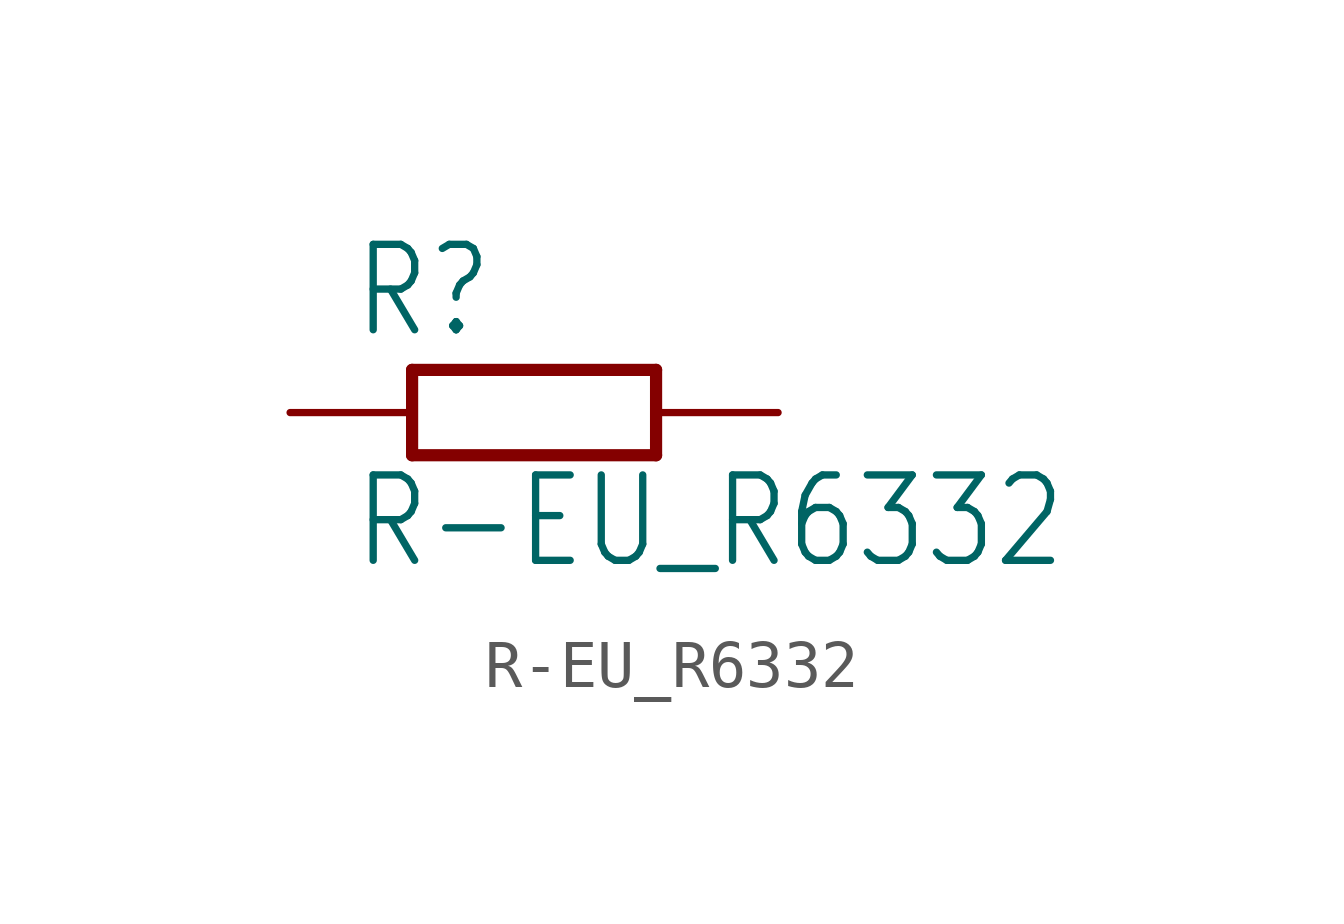
<source format=kicad_sym>
(kicad_symbol_lib
  (version 20210619)
  (generator kicad_symbol_editor)
  (symbol "R-EU_R6332"
    (property "Reference" "R"
      (at -3.81 1.499 0)
      (effects (font (size 1.778 1.511)) (justify left bottom)))
    (property "Value" "R-EU_R6332"
      (at -3.81 -3.302 0)
      (effects (font (size 1.778 1.511)) (justify left bottom)))
    (property "ki_locked" ""
      (at 0 0 0)
      (effects (font (size 1.27 1.27))))
    (symbol "R-EU_R6332_1_0"
      (polyline (pts (xy -2.54 -0.889) (xy -2.54 0.889)) (stroke (width 0.254)) (fill (type none)))
      (polyline (pts (xy -2.54 -0.889) (xy 2.54 -0.889)) (stroke (width 0.254)) (fill (type none)))
      (polyline (pts (xy 2.54 -0.889) (xy 2.54 0.889)) (stroke (width 0.254)) (fill (type none)))
      (polyline (pts (xy 2.54 0.889) (xy -2.54 0.889)) (stroke (width 0.254)) (fill (type none)))
      (pin passive line (at -5.08 0 0) (length 2.54) (name "1" (effects (font (size 0 0)))) (number "1" (effects (font (size 0 0)))))
      (pin passive line (at 5.08 0 180) (length 2.54) (name "2" (effects (font (size 0 0)))) (number "2" (effects (font (size 0 0))))))))
</source>
